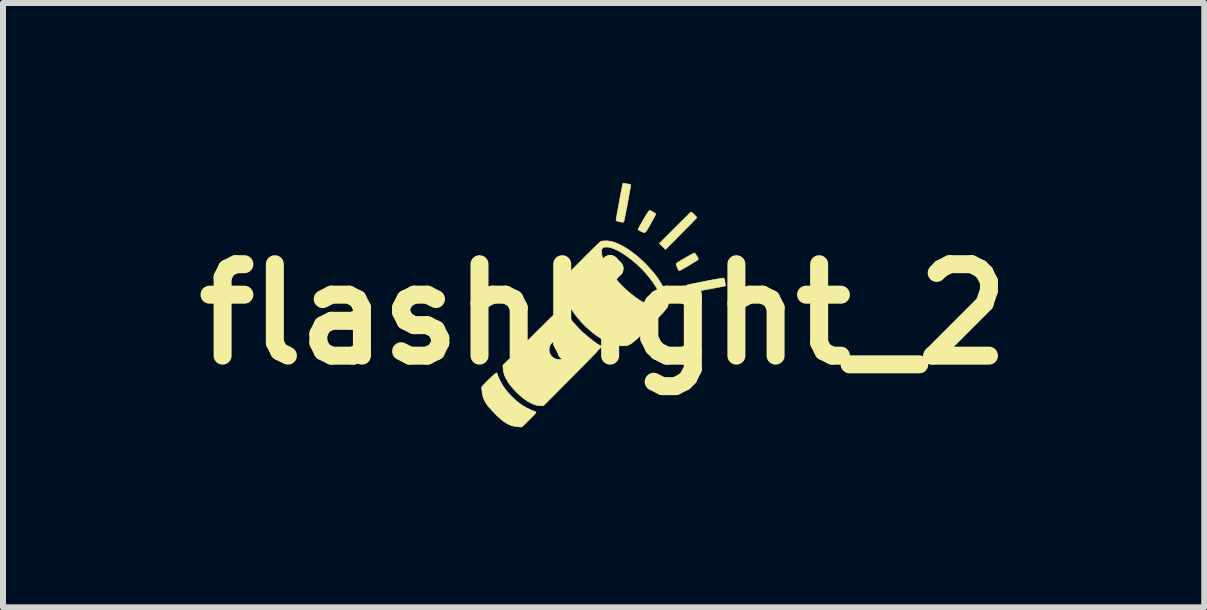
<source format=kicad_pcb>
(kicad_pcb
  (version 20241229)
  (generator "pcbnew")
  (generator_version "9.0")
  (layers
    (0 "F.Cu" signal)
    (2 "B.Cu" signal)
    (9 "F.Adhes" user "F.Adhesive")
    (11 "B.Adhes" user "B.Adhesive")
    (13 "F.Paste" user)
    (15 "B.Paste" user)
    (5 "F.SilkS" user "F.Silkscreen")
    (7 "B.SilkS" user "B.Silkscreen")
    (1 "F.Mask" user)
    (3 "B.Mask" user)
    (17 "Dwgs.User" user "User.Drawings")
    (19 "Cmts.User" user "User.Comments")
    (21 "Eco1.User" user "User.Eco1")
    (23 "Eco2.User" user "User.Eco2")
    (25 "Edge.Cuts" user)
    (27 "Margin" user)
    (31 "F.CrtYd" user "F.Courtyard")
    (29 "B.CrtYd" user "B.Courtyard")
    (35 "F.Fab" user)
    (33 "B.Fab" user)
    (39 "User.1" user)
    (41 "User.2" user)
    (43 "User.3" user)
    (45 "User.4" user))
  (footprint "flashlight_2"
    (layer "F.Cu")
    (at 7.01 2.188)
    (property "Reference" "flashlight_2" (at 0 0 0) (layer "F.SilkS") (effects (font (size 1.524 1.524) (thickness 0.3))))
    (attr through_hole)
    (fp_poly (pts (xy 0.773 -1.73) (xy 0.788 -1.724) (xy 0.806 -1.715) (xy 0.825 -1.704) (xy 0.843 -1.693) (xy 0.858 -1.682) (xy 0.867 -1.672) (xy 0.869 -1.668) (xy 0.866 -1.662) (xy 0.859 -1.648) (xy 0.849 -1.628) (xy 0.836 -1.603) (xy 0.82 -1.574) (xy 0.803 -1.543) (xy 0.785 -1.512) (xy 0.768 -1.48) (xy 0.751 -1.451) (xy 0.735 -1.424) (xy 0.722 -1.402) (xy 0.708 -1.381) (xy 0.697 -1.369) (xy 0.685 -1.363) (xy 0.672 -1.364) (xy 0.654 -1.369) (xy 0.654 -1.369) (xy 0.637 -1.376) (xy 0.618 -1.385) (xy 0.6 -1.395) (xy 0.585 -1.404) (xy 0.576 -1.411) (xy 0.574 -1.414) (xy 0.576 -1.42) (xy 0.583 -1.433) (xy 0.594 -1.453) (xy 0.607 -1.478) (xy 0.623 -1.506) (xy 0.641 -1.537) (xy 0.659 -1.569) (xy 0.677 -1.6) (xy 0.685 -1.613) (xy 0.708 -1.652) (xy 0.728 -1.684) (xy 0.744 -1.708) (xy 0.756 -1.723) (xy 0.764 -1.73) (xy 0.764 -1.73) (xy 0.773 -1.73)) (stroke (width 0.01) (type solid)) (fill yes) (layer "F.SilkS"))
    (fp_poly (pts (xy 1.521 -1.017) (xy 1.53 -1.006) (xy 1.542 -0.99) (xy 1.554 -0.972) (xy 1.566 -0.952) (xy 1.573 -0.939) (xy 1.578 -0.925) (xy 1.578 -0.917) (xy 1.575 -0.912) (xy 1.568 -0.906) (xy 1.553 -0.896) (xy 1.533 -0.883) (xy 1.507 -0.867) (xy 1.478 -0.849) (xy 1.447 -0.83) (xy 1.414 -0.81) (xy 1.382 -0.791) (xy 1.351 -0.773) (xy 1.322 -0.757) (xy 1.298 -0.744) (xy 1.279 -0.734) (xy 1.266 -0.728) (xy 1.262 -0.726) (xy 1.256 -0.73) (xy 1.247 -0.741) (xy 1.243 -0.748) (xy 1.232 -0.769) (xy 1.222 -0.792) (xy 1.215 -0.813) (xy 1.211 -0.831) (xy 1.211 -0.844) (xy 1.212 -0.847) (xy 1.218 -0.852) (xy 1.232 -0.862) (xy 1.252 -0.875) (xy 1.278 -0.891) (xy 1.306 -0.908) (xy 1.338 -0.926) (xy 1.37 -0.945) (xy 1.402 -0.963) (xy 1.432 -0.98) (xy 1.46 -0.995) (xy 1.483 -1.007) (xy 1.501 -1.016) (xy 1.512 -1.021) (xy 1.514 -1.021) (xy 1.521 -1.017)) (stroke (width 0.01) (type solid)) (fill yes) (layer "F.SilkS"))
    (fp_poly (pts (xy 1.462 -1.702) (xy 1.469 -1.698) (xy 1.48 -1.69) (xy 1.495 -1.676) (xy 1.509 -1.662) (xy 1.526 -1.644) (xy 1.541 -1.629) (xy 1.55 -1.618) (xy 1.554 -1.612) (xy 1.554 -1.611) (xy 1.55 -1.607) (xy 1.54 -1.596) (xy 1.524 -1.579) (xy 1.503 -1.557) (xy 1.477 -1.531) (xy 1.448 -1.501) (xy 1.416 -1.468) (xy 1.381 -1.433) (xy 1.345 -1.397) (xy 1.308 -1.359) (xy 1.271 -1.321) (xy 1.234 -1.283) (xy 1.198 -1.247) (xy 1.164 -1.213) (xy 1.132 -1.181) (xy 1.103 -1.152) (xy 1.079 -1.128) (xy 1.059 -1.108) (xy 1.044 -1.093) (xy 1.034 -1.084) (xy 1.032 -1.082) (xy 1.027 -1.086) (xy 1.017 -1.095) (xy 1.002 -1.109) (xy 0.984 -1.126) (xy 0.979 -1.131) (xy 0.929 -1.18) (xy 1.045 -1.297) (xy 1.092 -1.344) (xy 1.138 -1.39) (xy 1.183 -1.436) (xy 1.227 -1.479) (xy 1.269 -1.521) (xy 1.308 -1.559) (xy 1.343 -1.594) (xy 1.375 -1.625) (xy 1.402 -1.652) (xy 1.423 -1.673) (xy 1.44 -1.688) (xy 1.45 -1.698) (xy 1.452 -1.7) (xy 1.457 -1.702) (xy 1.462 -1.702)) (stroke (width 0.01) (type solid)) (fill yes) (layer "F.SilkS"))
    (fp_poly (pts (xy 0.328 -2.183) (xy 0.341 -2.182) (xy 0.359 -2.179) (xy 0.38 -2.176) (xy 0.402 -2.172) (xy 0.423 -2.168) (xy 0.439 -2.165) (xy 0.449 -2.163) (xy 0.451 -2.162) (xy 0.451 -2.156) (xy 0.449 -2.141) (xy 0.446 -2.118) (xy 0.441 -2.088) (xy 0.435 -2.051) (xy 0.427 -2.009) (xy 0.419 -1.962) (xy 0.41 -1.911) (xy 0.4 -1.858) (xy 0.39 -1.802) (xy 0.379 -1.746) (xy 0.368 -1.689) (xy 0.368 -1.689) (xy 0.359 -1.646) (xy 0.352 -1.611) (xy 0.347 -1.585) (xy 0.343 -1.565) (xy 0.339 -1.551) (xy 0.335 -1.542) (xy 0.332 -1.537) (xy 0.328 -1.535) (xy 0.323 -1.534) (xy 0.318 -1.535) (xy 0.316 -1.535) (xy 0.297 -1.536) (xy 0.279 -1.54) (xy 0.264 -1.544) (xy 0.245 -1.549) (xy 0.234 -1.552) (xy 0.207 -1.56) (xy 0.211 -1.584) (xy 0.213 -1.603) (xy 0.218 -1.63) (xy 0.223 -1.663) (xy 0.23 -1.701) (xy 0.238 -1.743) (xy 0.246 -1.788) (xy 0.254 -1.835) (xy 0.263 -1.883) (xy 0.272 -1.931) (xy 0.281 -1.978) (xy 0.289 -2.022) (xy 0.297 -2.063) (xy 0.304 -2.1) (xy 0.311 -2.132) (xy 0.316 -2.156) (xy 0.32 -2.174) (xy 0.322 -2.183) (xy 0.322 -2.183) (xy 0.328 -2.183)) (stroke (width 0.01) (type solid)) (fill yes) (layer "F.SilkS"))
    (fp_poly (pts (xy 2.004 -0.603) (xy 2.008 -0.597) (xy 2.013 -0.584) (xy 2.016 -0.573) (xy 2.019 -0.556) (xy 2.023 -0.535) (xy 2.026 -0.514) (xy 2.029 -0.496) (xy 2.03 -0.481) (xy 2.03 -0.474) (xy 2.03 -0.474) (xy 2.024 -0.472) (xy 2.01 -0.469) (xy 1.987 -0.464) (xy 1.958 -0.458) (xy 1.923 -0.452) (xy 1.883 -0.444) (xy 1.84 -0.436) (xy 1.794 -0.427) (xy 1.746 -0.418) (xy 1.698 -0.41) (xy 1.651 -0.401) (xy 1.605 -0.393) (xy 1.562 -0.385) (xy 1.523 -0.378) (xy 1.489 -0.372) (xy 1.46 -0.368) (xy 1.439 -0.364) (xy 1.432 -0.363) (xy 1.408 -0.36) (xy 1.401 -0.385) (xy 1.391 -0.417) (xy 1.385 -0.445) (xy 1.382 -0.467) (xy 1.382 -0.472) (xy 1.381 -0.475) (xy 1.381 -0.478) (xy 1.381 -0.481) (xy 1.383 -0.483) (xy 1.388 -0.486) (xy 1.395 -0.489) (xy 1.407 -0.492) (xy 1.423 -0.496) (xy 1.445 -0.5) (xy 1.473 -0.506) (xy 1.509 -0.514) (xy 1.553 -0.522) (xy 1.606 -0.533) (xy 1.621 -0.536) (xy 1.682 -0.548) (xy 1.74 -0.559) (xy 1.794 -0.57) (xy 1.844 -0.579) (xy 1.889 -0.587) (xy 1.927 -0.593) (xy 1.959 -0.598) (xy 1.982 -0.602) (xy 1.998 -0.603) (xy 2.004 -0.603)) (stroke (width 0.01) (type solid)) (fill yes) (layer "F.SilkS"))
    (fp_poly (pts (xy -1.776 0.98) (xy -1.773 0.991) (xy -1.77 1.005) (xy -1.762 1.027) (xy -1.749 1.058) (xy -1.73 1.098) (xy -1.724 1.109) (xy -1.697 1.16) (xy -1.669 1.206) (xy -1.637 1.25) (xy -1.601 1.295) (xy -1.559 1.341) (xy -1.527 1.374) (xy -1.475 1.424) (xy -1.425 1.467) (xy -1.376 1.504) (xy -1.325 1.536) (xy -1.27 1.566) (xy -1.21 1.594) (xy -1.185 1.605) (xy -1.163 1.614) (xy -1.146 1.621) (xy -1.136 1.625) (xy -1.134 1.626) (xy -1.129 1.63) (xy -1.128 1.637) (xy -1.13 1.643) (xy -1.139 1.654) (xy -1.153 1.671) (xy -1.174 1.693) (xy -1.201 1.721) (xy -1.235 1.755) (xy -1.244 1.764) (xy -1.277 1.796) (xy -1.303 1.822) (xy -1.324 1.842) (xy -1.341 1.857) (xy -1.353 1.868) (xy -1.362 1.874) (xy -1.369 1.878) (xy -1.374 1.879) (xy -1.375 1.879) (xy -1.387 1.878) (xy -1.405 1.877) (xy -1.427 1.875) (xy -1.432 1.874) (xy -1.484 1.867) (xy -1.531 1.856) (xy -1.575 1.839) (xy -1.619 1.816) (xy -1.665 1.786) (xy -1.701 1.759) (xy -1.723 1.74) (xy -1.749 1.716) (xy -1.779 1.688) (xy -1.81 1.656) (xy -1.841 1.624) (xy -1.871 1.592) (xy -1.898 1.562) (xy -1.921 1.535) (xy -1.938 1.514) (xy -1.94 1.511) (xy -1.969 1.468) (xy -1.99 1.427) (xy -2.006 1.387) (xy -2.017 1.343) (xy -2.025 1.293) (xy -2.027 1.273) (xy -2.032 1.213) (xy -2.007 1.184) (xy -1.993 1.169) (xy -1.974 1.149) (xy -1.952 1.126) (xy -1.927 1.102) (xy -1.902 1.077) (xy -1.877 1.053) (xy -1.853 1.03) (xy -1.832 1.011) (xy -1.815 0.996) (xy -1.803 0.986) (xy -1.799 0.983) (xy -1.784 0.978) (xy -1.776 0.98)) (stroke (width 0.01) (type solid)) (fill yes) (layer "F.SilkS"))
    (fp_poly (pts (xy -0.686 -0.116) (xy -0.677 -0.104) (xy -0.667 -0.087) (xy -0.664 -0.082) (xy -0.644 -0.048) (xy -0.618 -0.008) (xy -0.586 0.035) (xy -0.55 0.081) (xy -0.511 0.128) (xy -0.47 0.175) (xy -0.428 0.22) (xy -0.387 0.263) (xy -0.347 0.301) (xy -0.346 0.302) (xy -0.308 0.335) (xy -0.269 0.369) (xy -0.228 0.402) (xy -0.188 0.433) (xy -0.151 0.461) (xy -0.116 0.486) (xy -0.086 0.506) (xy -0.062 0.52) (xy -0.06 0.521) (xy -0.035 0.534) (xy -0.045 0.548) (xy -0.054 0.559) (xy -0.07 0.576) (xy -0.093 0.601) (xy -0.122 0.632) (xy -0.157 0.669) (xy -0.198 0.712) (xy -0.245 0.76) (xy -0.298 0.814) (xy -0.356 0.873) (xy -0.418 0.936) (xy -0.486 1.005) (xy -0.558 1.077) (xy -0.634 1.154) (xy -0.637 1.157) (xy -1.002 1.524) (xy -1.041 1.524) (xy -1.067 1.522) (xy -1.094 1.519) (xy -1.115 1.516) (xy -1.165 1.501) (xy -1.218 1.477) (xy -1.273 1.445) (xy -1.33 1.406) (xy -1.387 1.359) (xy -1.444 1.306) (xy -1.499 1.248) (xy -1.515 1.23) (xy -1.561 1.174) (xy -1.599 1.12) (xy -1.628 1.069) (xy -1.65 1.02) (xy -1.665 0.972) (xy -1.673 0.923) (xy -1.675 0.904) (xy -1.678 0.851) (xy -1.41 0.584) (xy -0.909 0.584) (xy -0.906 0.621) (xy -0.902 0.636) (xy -0.885 0.674) (xy -0.861 0.705) (xy -0.831 0.729) (xy -0.798 0.745) (xy -0.761 0.754) (xy -0.723 0.754) (xy -0.684 0.744) (xy -0.668 0.737) (xy -0.638 0.718) (xy -0.611 0.693) (xy -0.591 0.666) (xy -0.582 0.645) (xy -0.574 0.607) (xy -0.574 0.567) (xy -0.583 0.529) (xy -0.598 0.494) (xy -0.615 0.471) (xy -0.642 0.447) (xy -0.675 0.431) (xy -0.711 0.421) (xy -0.749 0.42) (xy -0.786 0.426) (xy -0.803 0.433) (xy -0.838 0.454) (xy -0.867 0.481) (xy -0.889 0.512) (xy -0.903 0.547) (xy -0.909 0.584) (xy -1.41 0.584) (xy -1.189 0.364) (xy -1.109 0.284) (xy -1.036 0.212) (xy -0.97 0.146) (xy -0.911 0.088) (xy -0.859 0.037) (xy -0.814 -0.007) (xy -0.776 -0.044) (xy -0.745 -0.074) (xy -0.721 -0.096) (xy -0.704 -0.112) (xy -0.695 -0.12) (xy -0.692 -0.121) (xy -0.686 -0.116)) (stroke (width 0.01) (type solid)) (fill yes) (layer "F.SilkS"))
    (fp_poly (pts (xy 0.068 -1.223) (xy 0.117 -1.216) (xy 0.168 -1.203) (xy 0.197 -1.193) (xy 0.261 -1.166) (xy 0.329 -1.131) (xy 0.399 -1.088) (xy 0.47 -1.038) (xy 0.543 -0.982) (xy 0.614 -0.921) (xy 0.684 -0.855) (xy 0.752 -0.785) (xy 0.755 -0.781) (xy 0.815 -0.714) (xy 0.867 -0.65) (xy 0.912 -0.587) (xy 0.952 -0.524) (xy 0.989 -0.459) (xy 1.001 -0.434) (xy 1.03 -0.372) (xy 1.052 -0.313) (xy 1.067 -0.26) (xy 1.076 -0.212) (xy 1.077 -0.17) (xy 1.072 -0.137) (xy 1.067 -0.125) (xy 1.057 -0.109) (xy 1.041 -0.088) (xy 1.02 -0.063) (xy 0.994 -0.032) (xy 0.961 0.003) (xy 0.922 0.045) (xy 0.876 0.092) (xy 0.824 0.146) (xy 0.764 0.206) (xy 0.737 0.234) (xy 0.683 0.287) (xy 0.636 0.333) (xy 0.595 0.373) (xy 0.558 0.408) (xy 0.526 0.436) (xy 0.498 0.46) (xy 0.473 0.479) (xy 0.45 0.494) (xy 0.429 0.505) (xy 0.409 0.514) (xy 0.39 0.52) (xy 0.371 0.523) (xy 0.35 0.525) (xy 0.341 0.526) (xy 0.318 0.526) (xy 0.299 0.526) (xy 0.284 0.526) (xy 0.282 0.525) (xy 0.211 0.512) (xy 0.146 0.495) (xy 0.083 0.471) (xy 0.035 0.448) (xy -0.047 0.402) (xy -0.127 0.348) (xy -0.206 0.287) (xy -0.282 0.219) (xy -0.355 0.147) (xy -0.423 0.07) (xy -0.485 -0.01) (xy -0.541 -0.091) (xy -0.589 -0.173) (xy -0.629 -0.255) (xy -0.642 -0.289) (xy -0.664 -0.357) (xy -0.677 -0.421) (xy -0.68 -0.482) (xy -0.679 -0.49) (xy -0.677 -0.523) (xy -0.672 -0.551) (xy -0.665 -0.575) (xy -0.653 -0.598) (xy -0.636 -0.622) (xy -0.613 -0.65) (xy -0.606 -0.658) (xy -0.592 -0.673) (xy -0.573 -0.693) (xy -0.549 -0.719) (xy -0.52 -0.748) (xy -0.488 -0.782) (xy -0.452 -0.817) (xy -0.415 -0.855) (xy -0.376 -0.894) (xy -0.336 -0.934) (xy -0.297 -0.974) (xy -0.258 -1.012) (xy -0.23 -1.04) (xy -0.036 -1.04) (xy -0.032 -1.001) (xy -0.02 -0.956) (xy -0.001 -0.907) (xy 0.024 -0.853) (xy 0.056 -0.795) (xy 0.095 -0.734) (xy 0.139 -0.671) (xy 0.186 -0.61) (xy 0.234 -0.553) (xy 0.285 -0.498) (xy 0.338 -0.445) (xy 0.393 -0.394) (xy 0.448 -0.346) (xy 0.505 -0.302) (xy 0.561 -0.261) (xy 0.616 -0.225) (xy 0.67 -0.193) (xy 0.722 -0.166) (xy 0.77 -0.145) (xy 0.816 -0.129) (xy 0.857 -0.12) (xy 0.893 -0.117) (xy 0.924 -0.121) (xy 0.942 -0.128) (xy 0.963 -0.14) (xy 0.964 -0.178) (xy 0.962 -0.23) (xy 0.95 -0.286) (xy 0.929 -0.345) (xy 0.9 -0.409) (xy 0.862 -0.475) (xy 0.815 -0.545) (xy 0.76 -0.617) (xy 0.697 -0.692) (xy 0.688 -0.701) (xy 0.637 -0.756) (xy 0.582 -0.81) (xy 0.524 -0.862) (xy 0.465 -0.91) (xy 0.406 -0.955) (xy 0.347 -0.996) (xy 0.289 -1.033) (xy 0.234 -1.064) (xy 0.182 -1.088) (xy 0.134 -1.106) (xy 0.092 -1.117) (xy 0.089 -1.118) (xy 0.064 -1.12) (xy 0.039 -1.12) (xy 0.016 -1.118) (xy -0.003 -1.115) (xy -0.011 -1.111) (xy -0.024 -1.095) (xy -0.032 -1.072) (xy -0.036 -1.043) (xy -0.036 -1.04) (xy -0.23 -1.04) (xy -0.22 -1.05) (xy -0.185 -1.084) (xy -0.152 -1.116) (xy -0.123 -1.145) (xy -0.098 -1.169) (xy -0.078 -1.187) (xy -0.064 -1.2) (xy -0.056 -1.207) (xy -0.045 -1.213) (xy -0.035 -1.218) (xy -0.022 -1.221) (xy -0.005 -1.222) (xy 0.018 -1.223) (xy 0.068 -1.223)) (stroke (width 0.01) (type solid)) (fill yes) (layer "F.SilkS")))
  (gr_rect
    (start -3 -3)
    (end 17.021 7.072)
    (stroke (width 0.1) (type default))
    (fill no)
    (layer "Edge.Cuts")))
</source>
